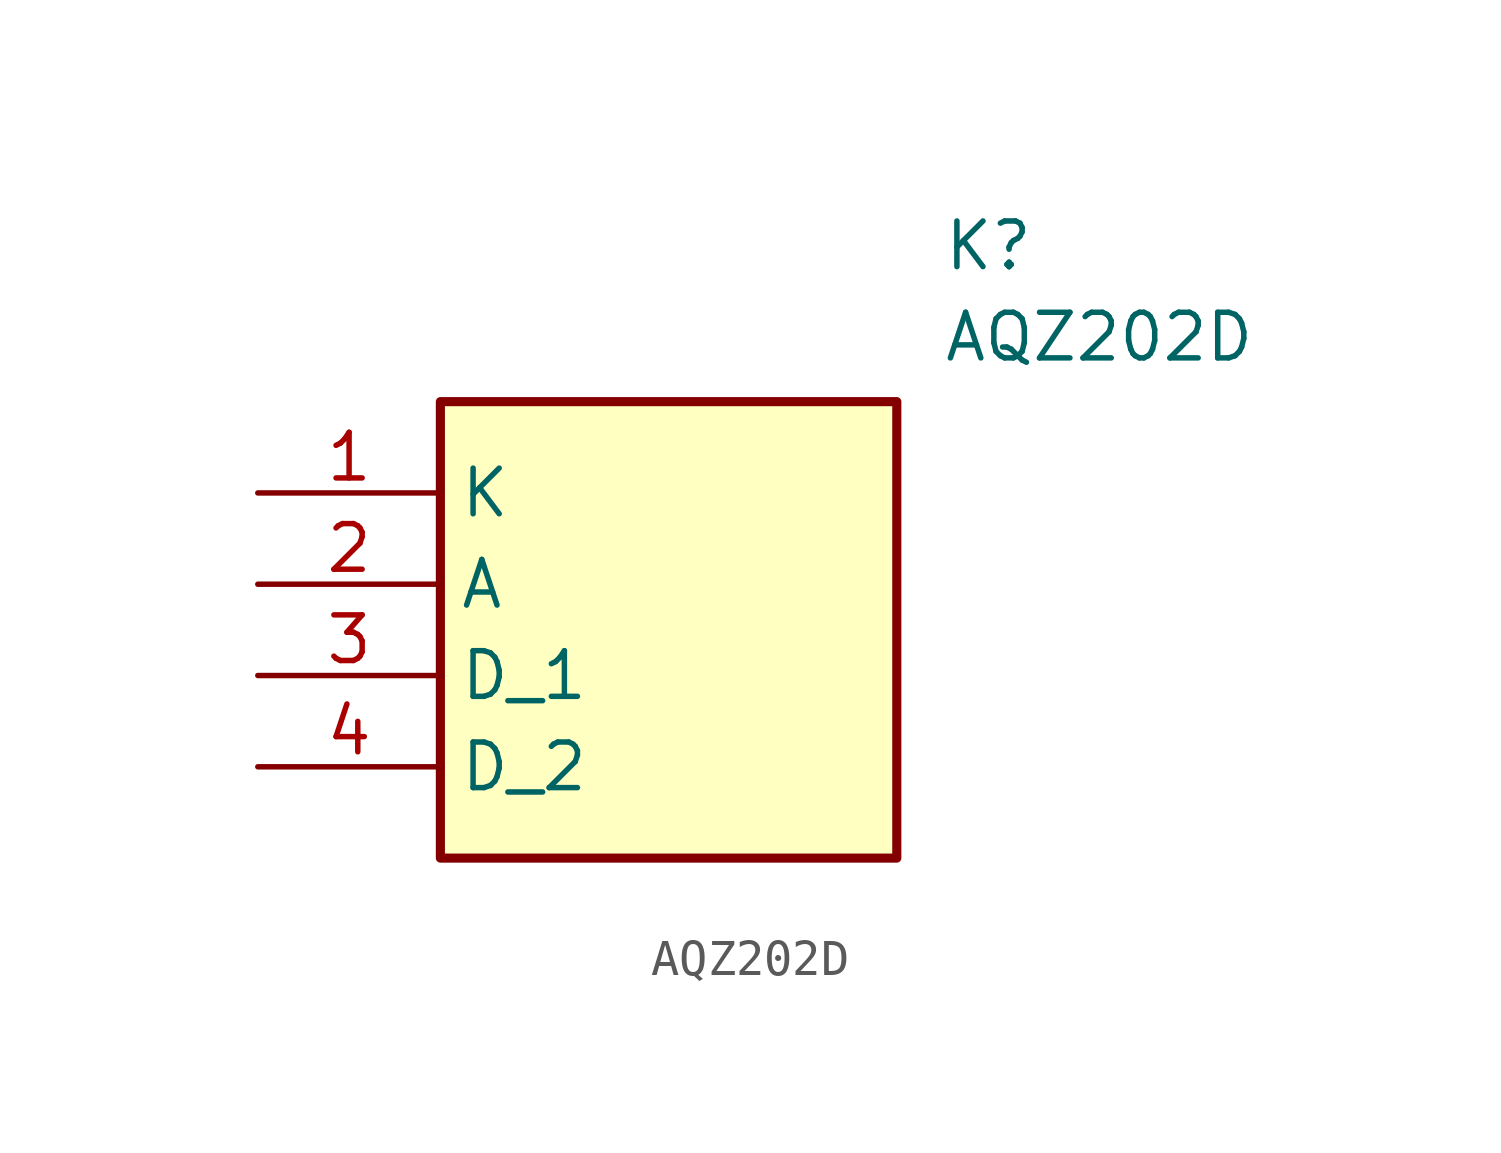
<source format=kicad_sym>
(kicad_symbol_lib
  (version 20211014)
  (generator SamacSys_ECAD_Model)
  (symbol "AQZ202D"
    (property "Reference" "K"
      (at 19.05 7.62 0)
      (effects (font (size 1.27 1.27)) (justify left top)))
    (property "Value" "AQZ202D"
      (at 19.05 5.08 0)
      (effects (font (size 1.27 1.27)) (justify left top)))
    (rectangle
      (start 5.08 2.54)
      (end 17.78 -10.16)
      (stroke (width 0.254) (type default))
      (fill (type background)))
    (pin passive line
      (at 0 0 0)
      (length 5.08)
      (name "K" (effects (font (size 1.27 1.27))))
      (number "1" (effects (font (size 1.27 1.27)))))
    (pin passive line
      (at 0 -2.54 0)
      (length 5.08)
      (name "A" (effects (font (size 1.27 1.27))))
      (number "2" (effects (font (size 1.27 1.27)))))
    (pin passive line
      (at 0 -5.08 0)
      (length 5.08)
      (name "D_1" (effects (font (size 1.27 1.27))))
      (number "3" (effects (font (size 1.27 1.27)))))
    (pin passive line
      (at 0 -7.62 0)
      (length 5.08)
      (name "D_2" (effects (font (size 1.27 1.27))))
      (number "4" (effects (font (size 1.27 1.27)))))))
</source>
